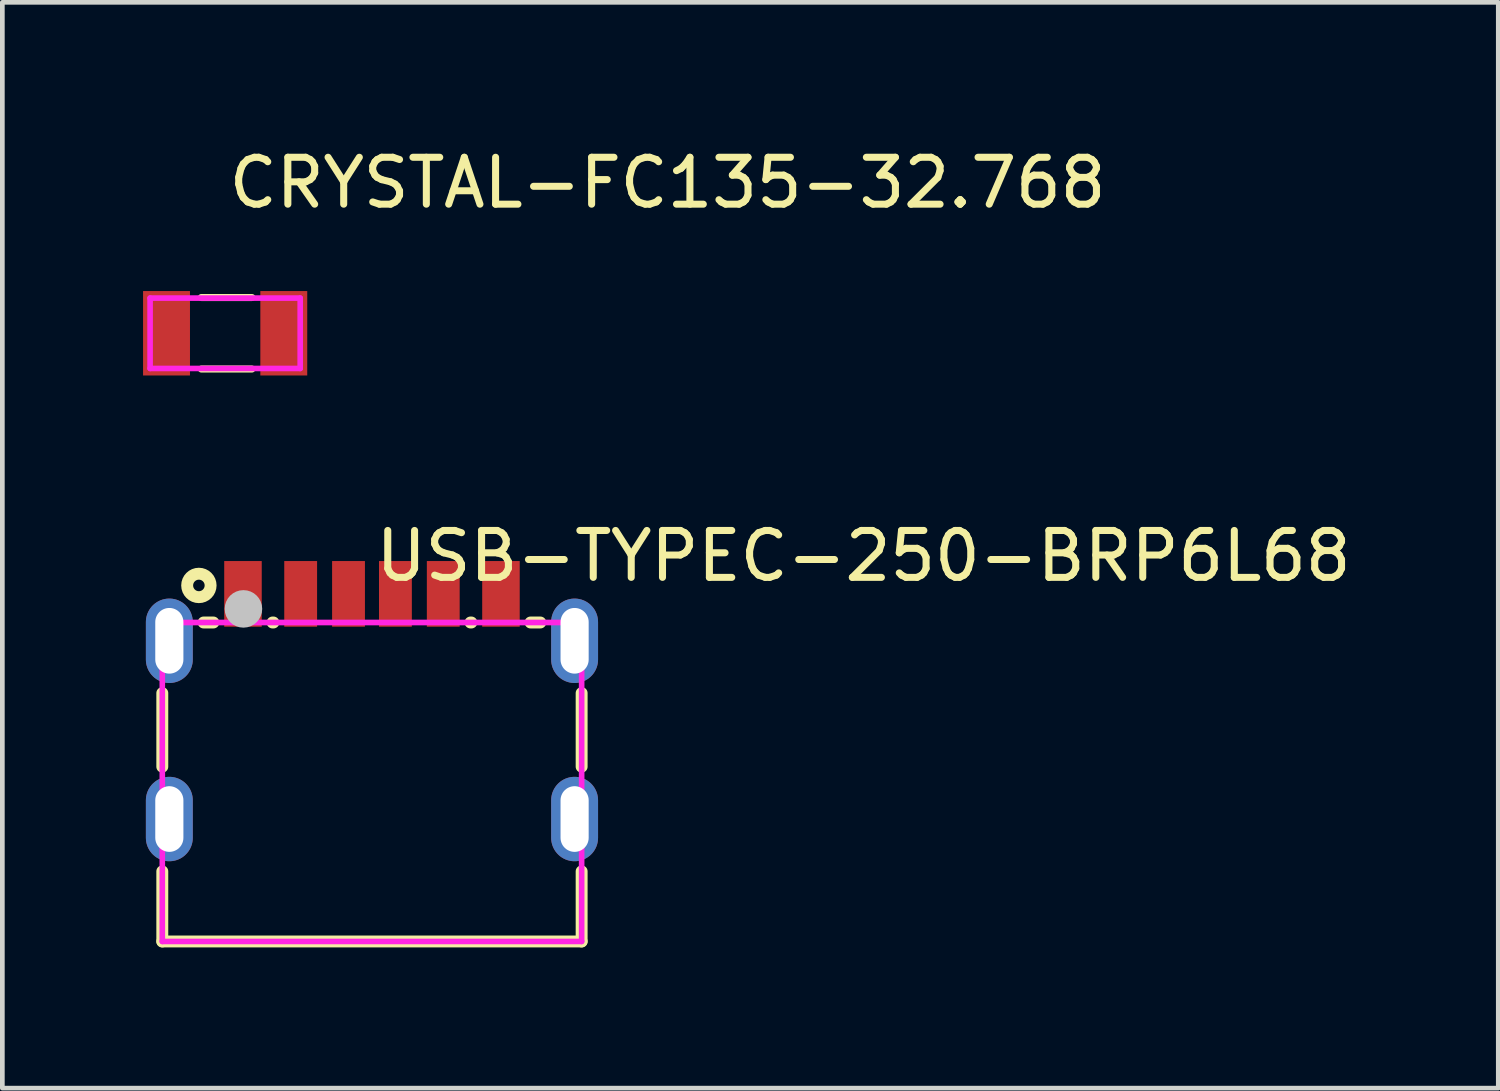
<source format=kicad_pcb>
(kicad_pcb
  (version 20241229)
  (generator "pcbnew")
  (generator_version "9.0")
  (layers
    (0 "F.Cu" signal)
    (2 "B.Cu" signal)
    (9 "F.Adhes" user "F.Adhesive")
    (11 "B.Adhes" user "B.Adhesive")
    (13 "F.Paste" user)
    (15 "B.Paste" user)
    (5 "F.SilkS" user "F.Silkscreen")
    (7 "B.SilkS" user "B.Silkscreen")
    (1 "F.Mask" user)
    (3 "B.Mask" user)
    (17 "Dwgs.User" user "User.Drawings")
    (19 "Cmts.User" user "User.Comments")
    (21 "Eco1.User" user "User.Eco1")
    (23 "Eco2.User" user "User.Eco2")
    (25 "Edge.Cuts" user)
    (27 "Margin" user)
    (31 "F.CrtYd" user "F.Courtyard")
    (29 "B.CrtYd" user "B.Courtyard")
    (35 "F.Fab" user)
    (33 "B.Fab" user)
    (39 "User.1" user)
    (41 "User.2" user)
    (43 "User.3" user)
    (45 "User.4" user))
  (footprint "USB-TYPEC-250-BRP6L68"
    (layer "F.Cu")
    (at 4.88 12.011)
    (property "Reference" "USB-TYPEC-250-BRP6L68" (at 0 -3.207 0) (layer "F.SilkS") (effects (font (size 1 1) (thickness 0.15)) (justify left)))
    (attr through_hole)
    (fp_line (start -4.47 1.284) (end -4.47 -0.285) (stroke (width 0.254) (type solid)) (layer "F.SilkS"))
    (fp_line (start -4.47 5.01) (end -4.47 3.516) (stroke (width 0.254) (type solid)) (layer "F.SilkS"))
    (fp_line (start -3.589 -1.79) (end -3.381 -1.79) (stroke (width 0.254) (type solid)) (layer "F.SilkS"))
    (fp_line (start -2.119 -1.79) (end -2.101 -1.79) (stroke (width 0.254) (type solid)) (layer "F.SilkS"))
    (fp_line (start 2.101 -1.79) (end 2.119 -1.79) (stroke (width 0.254) (type solid)) (layer "F.SilkS"))
    (fp_line (start 3.381 -1.79) (end 3.589 -1.79) (stroke (width 0.254) (type solid)) (layer "F.SilkS"))
    (fp_line (start 4.47 -0.285) (end 4.47 1.284) (stroke (width 0.254) (type solid)) (layer "F.SilkS"))
    (fp_line (start 4.47 3.516) (end 4.47 5.01) (stroke (width 0.254) (type solid)) (layer "F.SilkS"))
    (fp_line (start 4.47 5.01) (end -4.47 5.01) (stroke (width 0.254) (type solid)) (layer "F.SilkS"))
    (fp_circle (center -3.69 -2.58) (end -3.44 -2.58) (stroke (width 0.254) (type solid)) (fill no) (layer "F.SilkS"))
    (fp_poly (pts (xy -3.15 -3.1) (xy -2.35 -3.1) (xy -2.35 -1.7) (xy -3.15 -1.7)) (stroke (width 0.12) (type solid)) (fill yes) (layer "F.Paste"))
    (fp_poly (pts (xy -1.87 -3.1) (xy -1.17 -3.1) (xy -1.17 -1.7) (xy -1.87 -1.7)) (stroke (width 0.12) (type solid)) (fill yes) (layer "F.Paste"))
    (fp_poly (pts (xy -0.85 -3.1) (xy -0.15 -3.1) (xy -0.15 -1.7) (xy -0.85 -1.7)) (stroke (width 0.12) (type solid)) (fill yes) (layer "F.Paste"))
    (fp_poly (pts (xy 0.15 -3.1) (xy 0.85 -3.1) (xy 0.85 -1.7) (xy 0.15 -1.7)) (stroke (width 0.12) (type solid)) (fill yes) (layer "F.Paste"))
    (fp_poly (pts (xy 1.17 -3.1) (xy 1.87 -3.1) (xy 1.87 -1.7) (xy 1.17 -1.7)) (stroke (width 0.12) (type solid)) (fill yes) (layer "F.Paste"))
    (fp_poly (pts (xy 2.35 -3.1) (xy 3.15 -3.1) (xy 3.15 -1.7) (xy 2.35 -1.7)) (stroke (width 0.12) (type solid)) (fill yes) (layer "F.Paste"))
    (fp_poly (pts (xy -4.82 -1.8) (xy -4.81 -1.898) (xy -4.782 -1.991) (xy -4.736 -2.078) (xy -4.674 -2.154) (xy -4.598 -2.216) (xy -4.511 -2.262) (xy -4.418 -2.291) (xy -4.32 -2.3) (xy -4.222 -2.291) (xy -4.129 -2.262) (xy -4.042 -2.216) (xy -3.966 -2.154) (xy -3.904 -2.078) (xy -3.858 -1.991) (xy -3.83 -1.898) (xy -3.82 -1.8) (xy -3.82 -1) (xy -3.83 -0.903) (xy -3.858 -0.809) (xy -3.904 -0.722) (xy -3.966 -0.647) (xy -4.042 -0.584) (xy -4.129 -0.538) (xy -4.222 -0.51) (xy -4.32 -0.5) (xy -4.418 -0.51) (xy -4.511 -0.538) (xy -4.598 -0.584) (xy -4.674 -0.647) (xy -4.736 -0.722) (xy -4.782 -0.809) (xy -4.81 -0.903) (xy -4.82 -1)) (stroke (width 0.12) (type solid)) (fill yes) (layer "F.Paste"))
    (fp_poly (pts (xy -4.82 2) (xy -4.81 1.902) (xy -4.782 1.809) (xy -4.736 1.722) (xy -4.674 1.646) (xy -4.598 1.584) (xy -4.511 1.538) (xy -4.418 1.51) (xy -4.32 1.5) (xy -4.222 1.51) (xy -4.129 1.538) (xy -4.042 1.584) (xy -3.966 1.646) (xy -3.904 1.722) (xy -3.858 1.809) (xy -3.83 1.902) (xy -3.82 2) (xy -3.82 2.8) (xy -3.83 2.898) (xy -3.858 2.991) (xy -3.904 3.078) (xy -3.966 3.154) (xy -4.042 3.216) (xy -4.129 3.262) (xy -4.222 3.29) (xy -4.32 3.3) (xy -4.418 3.29) (xy -4.511 3.262) (xy -4.598 3.216) (xy -4.674 3.154) (xy -4.736 3.078) (xy -4.782 2.991) (xy -4.81 2.898) (xy -4.82 2.8)) (stroke (width 0.12) (type solid)) (fill yes) (layer "F.Paste"))
    (fp_poly (pts (xy 3.82 -1.8) (xy 3.83 -1.898) (xy 3.858 -1.991) (xy 3.904 -2.078) (xy 3.967 -2.154) (xy 4.042 -2.216) (xy 4.129 -2.262) (xy 4.223 -2.291) (xy 4.32 -2.3) (xy 4.418 -2.291) (xy 4.511 -2.262) (xy 4.598 -2.216) (xy 4.674 -2.154) (xy 4.736 -2.078) (xy 4.782 -1.991) (xy 4.81 -1.898) (xy 4.82 -1.8) (xy 4.82 -1) (xy 4.81 -0.903) (xy 4.782 -0.809) (xy 4.736 -0.722) (xy 4.674 -0.647) (xy 4.598 -0.584) (xy 4.511 -0.538) (xy 4.418 -0.51) (xy 4.32 -0.5) (xy 4.223 -0.51) (xy 4.129 -0.538) (xy 4.042 -0.584) (xy 3.967 -0.647) (xy 3.904 -0.722) (xy 3.858 -0.809) (xy 3.83 -0.903) (xy 3.82 -1)) (stroke (width 0.12) (type solid)) (fill yes) (layer "F.Paste"))
    (fp_poly (pts (xy 3.82 2) (xy 3.83 1.902) (xy 3.858 1.809) (xy 3.904 1.722) (xy 3.967 1.646) (xy 4.042 1.584) (xy 4.129 1.538) (xy 4.223 1.51) (xy 4.32 1.5) (xy 4.418 1.51) (xy 4.511 1.538) (xy 4.598 1.584) (xy 4.674 1.646) (xy 4.736 1.722) (xy 4.782 1.809) (xy 4.81 1.902) (xy 4.82 2) (xy 4.82 2.8) (xy 4.81 2.898) (xy 4.782 2.991) (xy 4.736 3.078) (xy 4.674 3.154) (xy 4.598 3.216) (xy 4.511 3.262) (xy 4.418 3.29) (xy 4.32 3.3) (xy 4.223 3.29) (xy 4.129 3.262) (xy 4.042 3.216) (xy 3.967 3.154) (xy 3.904 3.078) (xy 3.858 2.991) (xy 3.83 2.898) (xy 3.82 2.8)) (stroke (width 0.12) (type solid)) (fill yes) (layer "F.Paste"))
    (fp_circle (center -2.74 -2.08) (end -2.54 -2.08) (stroke (width 0.4) (type solid)) (fill no) (layer "Dwgs.User"))
    (fp_circle (center -4.47 -2.14) (end -4.44 -2.14) (stroke (width 0.06) (type solid)) (fill no) (layer "Eco2.User"))
    (fp_poly (pts (xy -4.47 -1.8) (xy -4.17 -1.8) (xy -4.17 -1) (xy -4.47 -1)) (stroke (width 0.12) (type solid)) (fill no) (layer "Eco2.User"))
    (fp_poly (pts (xy -4.47 2) (xy -4.17 2) (xy -4.17 2.8) (xy -4.47 2.8)) (stroke (width 0.12) (type solid)) (fill no) (layer "Eco2.User"))
    (fp_poly (pts (xy -3.05 -2.14) (xy -2.45 -2.14) (xy -2.45 -1.14) (xy -3.05 -1.14)) (stroke (width 0.12) (type solid)) (fill no) (layer "Eco2.User"))
    (fp_poly (pts (xy -1.8 -2.14) (xy -1.24 -2.14) (xy -1.24 -1.14) (xy -1.8 -1.14)) (stroke (width 0.12) (type solid)) (fill no) (layer "Eco2.User"))
    (fp_poly (pts (xy -0.75 -2.14) (xy -0.25 -2.14) (xy -0.25 -1.14) (xy -0.75 -1.14)) (stroke (width 0.12) (type solid)) (fill no) (layer "Eco2.User"))
    (fp_poly (pts (xy 0.25 -2.14) (xy 0.75 -2.14) (xy 0.75 -1.14) (xy 0.25 -1.14)) (stroke (width 0.12) (type solid)) (fill no) (layer "Eco2.User"))
    (fp_poly (pts (xy 1.24 -2.14) (xy 1.8 -2.14) (xy 1.8 -1.14) (xy 1.24 -1.14)) (stroke (width 0.12) (type solid)) (fill no) (layer "Eco2.User"))
    (fp_poly (pts (xy 2.45 -2.14) (xy 3.05 -2.14) (xy 3.05 -1.14) (xy 2.45 -1.14)) (stroke (width 0.12) (type solid)) (fill no) (layer "Eco2.User"))
    (fp_poly (pts (xy 4.17 -1.8) (xy 4.47 -1.8) (xy 4.47 -1) (xy 4.17 -1)) (stroke (width 0.12) (type solid)) (fill no) (layer "Eco2.User"))
    (fp_poly (pts (xy 4.17 2) (xy 4.47 2) (xy 4.47 2.8) (xy 4.17 2.8)) (stroke (width 0.12) (type solid)) (fill no) (layer "Eco2.User"))
    (fp_line (start -4.47 -1.79) (end 4.47 -1.79) (stroke (width 0.12) (type solid)) (layer "F.CrtYd"))
    (fp_line (start -4.47 5.01) (end -4.47 -1.79) (stroke (width 0.12) (type solid)) (layer "F.CrtYd"))
    (fp_line (start 4.47 -1.79) (end 4.47 5.01) (stroke (width 0.12) (type solid)) (layer "F.CrtYd"))
    (fp_line (start 4.47 5.01) (end -4.47 5.01) (stroke (width 0.12) (type solid)) (layer "F.CrtYd"))
    (pad "1" thru_hole oval (at -4.32 -1.4) (size 1 1.8) (drill oval 0.6 1.4) (layers "*.Cu" "*.Mask"))
    (pad "2" thru_hole oval (at 4.32 -1.4) (size 1 1.8) (drill oval 0.6 1.4) (layers "*.Cu" "*.Mask"))
    (pad "3" thru_hole oval (at -4.32 2.4) (size 1 1.8) (drill oval 0.6 1.4) (layers "*.Cu" "*.Mask"))
    (pad "4" thru_hole oval (at 4.32 2.4) (size 1 1.8) (drill oval 0.6 1.4) (layers "*.Cu" "*.Mask"))
    (pad "A5" smd rect (at -0.5 -2.4) (size 0.7 1.4) (layers "F.Cu" "F.Mask" "F.Paste"))
    (pad "A9" smd rect (at 1.52 -2.4) (size 0.7 1.4) (layers "F.Cu" "F.Mask" "F.Paste"))
    (pad "A12" smd rect (at 2.75 -2.4) (size 0.8 1.4) (layers "F.Cu" "F.Mask" "F.Paste"))
    (pad "B5" smd rect (at 0.5 -2.4) (size 0.7 1.4) (layers "F.Cu" "F.Mask" "F.Paste"))
    (pad "B9" smd rect (at -1.52 -2.4) (size 0.7 1.4) (layers "F.Cu" "F.Mask" "F.Paste"))
    (pad "B12" smd rect (at -2.75 -2.4) (size 0.8 1.4) (layers "F.Cu" "F.Mask" "F.Paste")))
  (footprint "CRYSTAL-FC135-32.768"
    (layer "F.Cu")
    (at 1.75 4.055)
    (property "Reference" "CRYSTAL-FC135-32.768" (at 0 -3.207 0) (layer "F.SilkS") (effects (font (size 1 1) (thickness 0.15)) (justify left)))
    (attr through_hole)
    (fp_line (start -0.508 -0.762) (end 0.571 -0.762) (stroke (width 0.15) (type solid)) (layer "F.SilkS"))
    (fp_line (start -0.508 0.762) (end 0.571 0.762) (stroke (width 0.15) (type solid)) (layer "F.SilkS"))
    (fp_circle (center -1.6 0.75) (end -1.57 0.75) (stroke (width 0.06) (type solid)) (fill no) (layer "Eco2.User"))
    (fp_poly (pts (xy -1.6 -0.75) (xy -0.85 -0.75) (xy -0.85 0.75) (xy -1.6 0.75)) (stroke (width 0.12) (type solid)) (fill no) (layer "Eco2.User"))
    (fp_poly (pts (xy 0.85 -0.75) (xy 1.6 -0.75) (xy 1.6 0.75) (xy 0.85 0.75)) (stroke (width 0.12) (type solid)) (fill no) (layer "Eco2.User"))
    (fp_line (start -1.6 -0.75) (end 1.6 -0.75) (stroke (width 0.12) (type solid)) (layer "F.CrtYd"))
    (fp_line (start -1.6 0.75) (end -1.6 -0.75) (stroke (width 0.12) (type solid)) (layer "F.CrtYd"))
    (fp_line (start 1.6 -0.75) (end 1.6 0.75) (stroke (width 0.12) (type solid)) (layer "F.CrtYd"))
    (fp_line (start 1.6 0.75) (end -1.6 0.75) (stroke (width 0.12) (type solid)) (layer "F.CrtYd"))
    (pad "1" smd rect (at -1.25 0) (size 1 1.8) (layers "F.Cu" "F.Mask" "F.Paste"))
    (pad "2" smd rect (at 1.25 0) (size 1 1.8) (layers "F.Cu" "F.Mask" "F.Paste")))
  (gr_rect
    (start -3 -3)
    (end 28.892 20.148)
    (stroke (width 0.1) (type default))
    (fill no)
    (layer "Edge.Cuts")))
</source>
